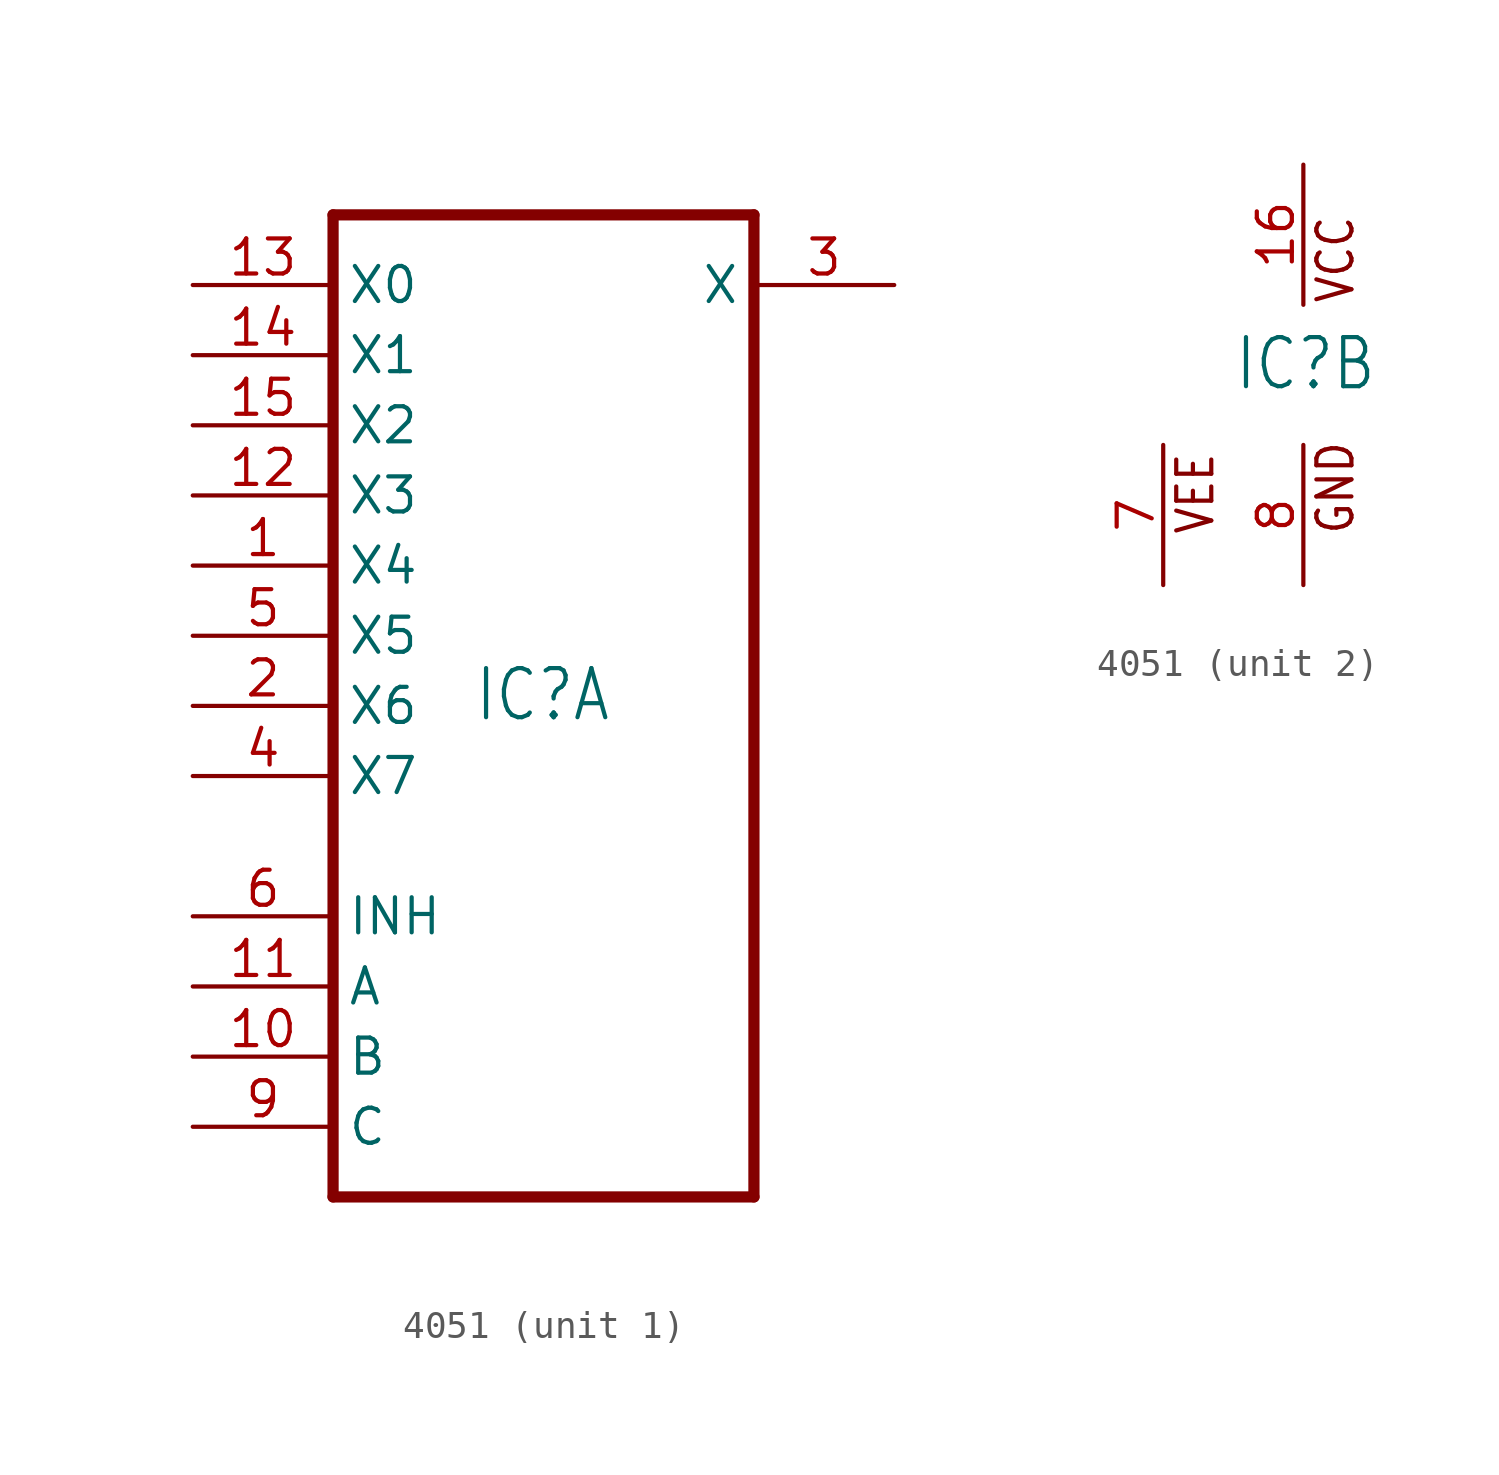
<source format=kicad_sym>
(kicad_symbol_lib
  (version 20211014)
  (generator kicad_symbol_editor)
  (symbol "4051"
    (property "Reference" "IC"
      (at -2.54 -0.635 0)
      (effects (font (size 1.778 1.511)) (justify left bottom)))
    (property "ki_locked" ""
      (at 0 0 0)
      (effects (font (size 1.27 1.27))))
    (symbol "4051_1_0"
      (polyline (pts (xy -7.62 -17.78) (xy 7.62 -17.78)) (stroke (width 0.406) (type default) (color 0 0 0 0)) (fill (type none)))
      (polyline (pts (xy -7.62 17.78) (xy -7.62 -17.78)) (stroke (width 0.406) (type default) (color 0 0 0 0)) (fill (type none)))
      (polyline (pts (xy 7.62 -17.78) (xy 7.62 17.78)) (stroke (width 0.406) (type default) (color 0 0 0 0)) (fill (type none)))
      (polyline (pts (xy 7.62 17.78) (xy -7.62 17.78)) (stroke (width 0.406) (type default) (color 0 0 0 0)) (fill (type none)))
      (pin bidirectional line (at -12.7 5.08 0) (length 5.08) (name "X4" (effects (font (size 1.27 1.27)))) (number "1" (effects (font (size 1.27 1.27)))))
      (pin input line (at -12.7 -12.7 0) (length 5.08) (name "B" (effects (font (size 1.27 1.27)))) (number "10" (effects (font (size 1.27 1.27)))))
      (pin input line (at -12.7 -10.16 0) (length 5.08) (name "A" (effects (font (size 1.27 1.27)))) (number "11" (effects (font (size 1.27 1.27)))))
      (pin bidirectional line (at -12.7 7.62 0) (length 5.08) (name "X3" (effects (font (size 1.27 1.27)))) (number "12" (effects (font (size 1.27 1.27)))))
      (pin bidirectional line (at -12.7 15.24 0) (length 5.08) (name "X0" (effects (font (size 1.27 1.27)))) (number "13" (effects (font (size 1.27 1.27)))))
      (pin bidirectional line (at -12.7 12.7 0) (length 5.08) (name "X1" (effects (font (size 1.27 1.27)))) (number "14" (effects (font (size 1.27 1.27)))))
      (pin bidirectional line (at -12.7 10.16 0) (length 5.08) (name "X2" (effects (font (size 1.27 1.27)))) (number "15" (effects (font (size 1.27 1.27)))))
      (pin bidirectional line (at -12.7 0 0) (length 5.08) (name "X6" (effects (font (size 1.27 1.27)))) (number "2" (effects (font (size 1.27 1.27)))))
      (pin bidirectional line (at 12.7 15.24 180) (length 5.08) (name "X" (effects (font (size 1.27 1.27)))) (number "3" (effects (font (size 1.27 1.27)))))
      (pin bidirectional line (at -12.7 -2.54 0) (length 5.08) (name "X7" (effects (font (size 1.27 1.27)))) (number "4" (effects (font (size 1.27 1.27)))))
      (pin bidirectional line (at -12.7 2.54 0) (length 5.08) (name "X5" (effects (font (size 1.27 1.27)))) (number "5" (effects (font (size 1.27 1.27)))))
      (pin input line (at -12.7 -7.62 0) (length 5.08) (name "INH" (effects (font (size 1.27 1.27)))) (number "6" (effects (font (size 1.27 1.27)))))
      (pin input line (at -12.7 -15.24 0) (length 5.08) (name "C" (effects (font (size 1.27 1.27)))) (number "9" (effects (font (size 1.27 1.27))))))
    (symbol "4051_2_0"
      (text "GND" (at 1.905 -5.842 900) (effects (font (size 1.27 1.079)) (justify left bottom)))
      (text "VCC" (at 1.905 2.54 900) (effects (font (size 1.27 1.079)) (justify left bottom)))
      (text "VEE" (at -3.175 -5.842 900) (effects (font (size 1.27 1.079)) (justify left bottom)))
      (pin power_in line (at 0 7.62 270) (length 5.08) (name "VCC" (effects (font (size 0 0)))) (number "16" (effects (font (size 1.27 1.27)))))
      (pin power_in line (at -5.08 -7.62 90) (length 5.08) (name "VEE" (effects (font (size 0 0)))) (number "7" (effects (font (size 1.27 1.27)))))
      (pin power_in line (at 0 -7.62 90) (length 5.08) (name "GND" (effects (font (size 0 0)))) (number "8" (effects (font (size 1.27 1.27))))))))
</source>
